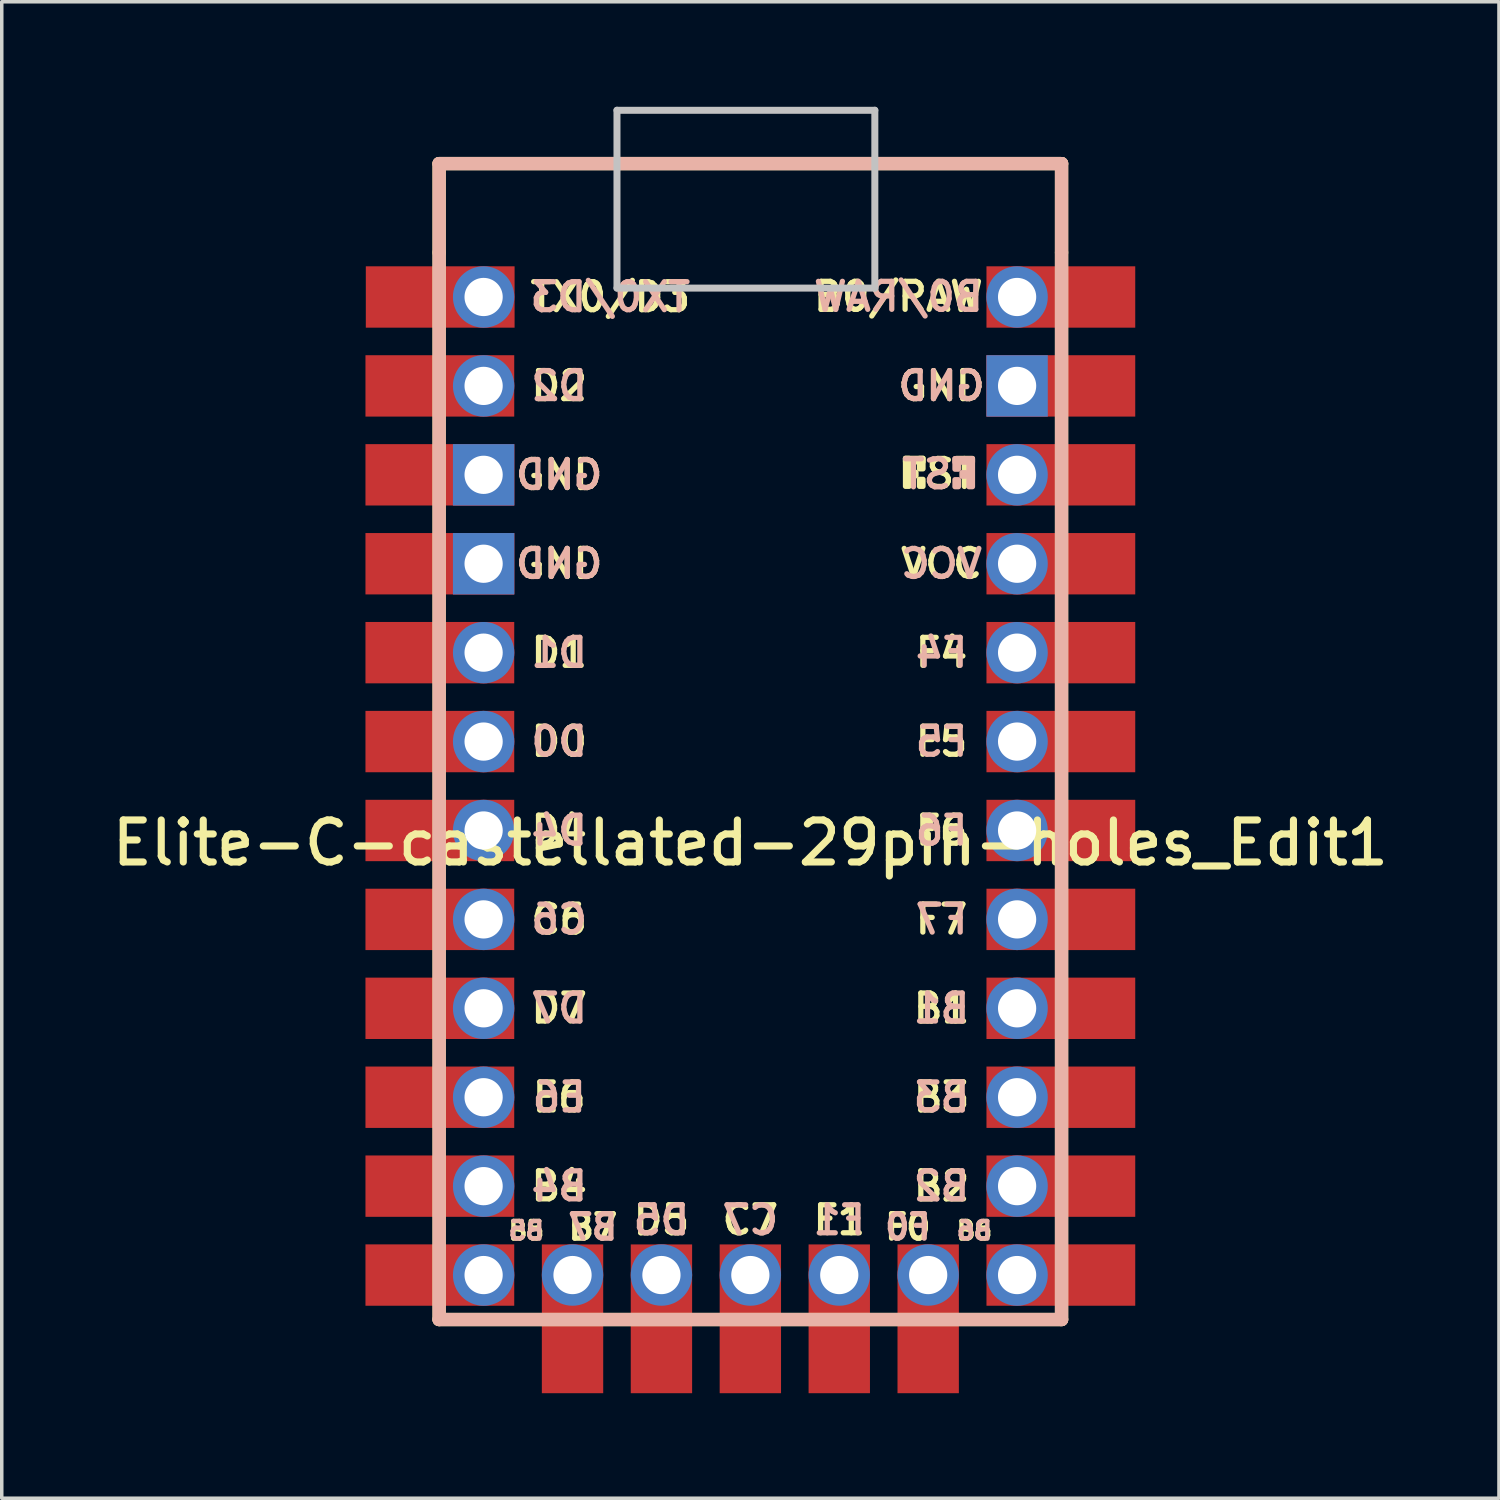
<source format=kicad_pcb>
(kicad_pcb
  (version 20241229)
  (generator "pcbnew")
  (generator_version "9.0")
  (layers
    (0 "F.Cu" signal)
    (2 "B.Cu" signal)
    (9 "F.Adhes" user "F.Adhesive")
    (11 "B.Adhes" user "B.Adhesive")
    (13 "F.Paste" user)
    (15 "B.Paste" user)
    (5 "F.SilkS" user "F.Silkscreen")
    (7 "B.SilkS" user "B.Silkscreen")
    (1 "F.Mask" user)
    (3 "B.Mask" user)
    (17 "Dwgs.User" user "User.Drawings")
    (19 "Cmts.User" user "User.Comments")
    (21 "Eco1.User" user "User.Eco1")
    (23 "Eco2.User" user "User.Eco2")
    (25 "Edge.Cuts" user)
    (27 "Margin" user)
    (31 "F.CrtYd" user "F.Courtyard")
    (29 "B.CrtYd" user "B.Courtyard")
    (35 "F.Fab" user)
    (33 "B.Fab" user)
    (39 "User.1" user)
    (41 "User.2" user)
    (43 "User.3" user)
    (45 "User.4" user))
  (footprint "Elite-C-castellated-29pin-holes_Edit1"
    (layer "F.Cu")
    (at 18.385 19.404)
    (property "Reference" "Elite-C-castellated-29pin-holes_Edit1" (at 0 1.625 0) (layer "F.SilkS") (effects (font (size 1.2 1.2) (thickness 0.203))))
    (attr through_hole)
    (fp_line (start -8.89 -17.78) (end -8.89 -15.24) (stroke (width 0.381) (type solid)) (layer "F.SilkS"))
    (fp_line (start -8.89 -15.24) (end -8.89 15.24) (stroke (width 0.381) (type solid)) (layer "F.SilkS"))
    (fp_line (start -8.89 15.24) (end 8.89 15.24) (stroke (width 0.381) (type solid)) (layer "F.SilkS"))
    (fp_line (start 8.89 -17.78) (end -8.89 -17.78) (stroke (width 0.381) (type solid)) (layer "F.SilkS"))
    (fp_line (start 8.89 -15.24) (end 8.89 -17.78) (stroke (width 0.381) (type solid)) (layer "F.SilkS"))
    (fp_line (start 8.89 15.24) (end 8.89 -15.24) (stroke (width 0.381) (type solid)) (layer "F.SilkS"))
    (fp_poly (pts (xy 4.532 -9.361) (xy 4.532 -8.561) (xy 4.432 -8.561) (xy 4.432 -9.361)) (stroke (width 0.15) (type solid)) (fill yes) (layer "F.SilkS"))
    (fp_poly (pts (xy 4.732 -8.961) (xy 4.732 -8.861) (xy 4.632 -8.861) (xy 4.632 -8.961)) (stroke (width 0.15) (type solid)) (fill yes) (layer "F.SilkS"))
    (fp_poly (pts (xy 4.932 -9.361) (xy 4.932 -9.261) (xy 4.432 -9.261) (xy 4.432 -9.361)) (stroke (width 0.15) (type solid)) (fill yes) (layer "F.SilkS"))
    (fp_poly (pts (xy 4.932 -9.361) (xy 4.932 -9.061) (xy 4.832 -9.061) (xy 4.832 -9.361)) (stroke (width 0.15) (type solid)) (fill yes) (layer "F.SilkS"))
    (fp_poly (pts (xy 4.932 -8.761) (xy 4.932 -8.561) (xy 4.832 -8.561) (xy 4.832 -8.761)) (stroke (width 0.15) (type solid)) (fill yes) (layer "F.SilkS"))
    (fp_line (start -8.89 -17.78) (end -8.89 15.24) (stroke (width 0.381) (type solid)) (layer "B.SilkS"))
    (fp_line (start -8.89 15.24) (end 8.89 15.24) (stroke (width 0.381) (type solid)) (layer "B.SilkS"))
    (fp_line (start 8.89 -17.78) (end -8.89 -17.78) (stroke (width 0.381) (type solid)) (layer "B.SilkS"))
    (fp_line (start 8.89 15.24) (end 8.89 -17.78) (stroke (width 0.381) (type solid)) (layer "B.SilkS"))
    (fp_poly (pts (xy 5.845 -9.351) (xy 5.845 -9.251) (xy 6.345 -9.251) (xy 6.345 -9.351)) (stroke (width 0.15) (type solid)) (fill yes) (layer "B.SilkS"))
    (fp_poly (pts (xy 5.845 -9.351) (xy 5.845 -9.051) (xy 5.945 -9.051) (xy 5.945 -9.351)) (stroke (width 0.15) (type solid)) (fill yes) (layer "B.SilkS"))
    (fp_poly (pts (xy 5.845 -8.751) (xy 5.845 -8.551) (xy 5.945 -8.551) (xy 5.945 -8.751)) (stroke (width 0.15) (type solid)) (fill yes) (layer "B.SilkS"))
    (fp_poly (pts (xy 6.045 -8.951) (xy 6.045 -8.851) (xy 6.145 -8.851) (xy 6.145 -8.951)) (stroke (width 0.15) (type solid)) (fill yes) (layer "B.SilkS"))
    (fp_poly (pts (xy 6.245 -9.351) (xy 6.245 -8.551) (xy 6.345 -8.551) (xy 6.345 -9.351)) (stroke (width 0.15) (type solid)) (fill yes) (layer "B.SilkS"))
    (fp_line (start -3.81 -19.304) (end 3.556 -19.304) (stroke (width 0.2) (type solid)) (layer "Dwgs.User"))
    (fp_line (start -3.81 -14.224) (end -3.81 -19.304) (stroke (width 0.2) (type solid)) (layer "Dwgs.User"))
    (fp_line (start 3.556 -19.304) (end 3.556 -14.224) (stroke (width 0.2) (type solid)) (layer "Dwgs.User"))
    (fp_line (start 3.556 -14.224) (end -3.81 -14.224) (stroke (width 0.2) (type solid)) (layer "Dwgs.User"))
    (fp_text user "B2" (at 5.461 11.43 180) (layer "F.SilkS") (effects (font (size 0.8 0.8) (thickness 0.15))))
    (fp_text user "ST" (at 5.733 -8.92 180) (layer "F.SilkS") (effects (font (size 0.8 0.8) (thickness 0.15))))
    (fp_text user "D1" (at -5.461 -3.81 180) (layer "F.SilkS") (effects (font (size 0.8 0.8) (thickness 0.15))))
    (fp_text user "F6" (at 5.461 1.27 180) (layer "F.SilkS") (effects (font (size 0.8 0.8) (thickness 0.15))))
    (fp_text user "VCC" (at 5.461 -6.35 180) (layer "F.SilkS") (effects (font (size 0.8 0.8) (thickness 0.15))))
    (fp_text user "C7" (at 0 12.4 180) (layer "F.SilkS") (effects (font (size 0.8 0.8) (thickness 0.15))))
    (fp_text user "F1" (at 2.54 12.4 180) (layer "F.SilkS") (effects (font (size 0.8 0.8) (thickness 0.15))))
    (fp_text user "B4" (at -5.461 11.43 180) (layer "F.SilkS") (effects (font (size 0.8 0.8) (thickness 0.15))))
    (fp_text user "B1" (at 5.461 6.35 180) (layer "F.SilkS") (effects (font (size 0.8 0.8) (thickness 0.15))))
    (fp_text user "B7" (at -4.5 12.6 180) (layer "F.SilkS") (effects (font (size 0.7 0.7) (thickness 0.15))))
    (fp_text user "D4" (at -5.461 1.27 180) (layer "F.SilkS") (effects (font (size 0.8 0.8) (thickness 0.15))))
    (fp_text user "D2" (at -5.461 -11.43 180) (layer "F.SilkS") (effects (font (size 0.8 0.8) (thickness 0.15))))
    (fp_text user "C6" (at -5.461 3.81 180) (layer "F.SilkS") (effects (font (size 0.8 0.8) (thickness 0.15))))
    (fp_text user "F7" (at 5.461 3.81 180) (layer "F.SilkS") (effects (font (size 0.8 0.8) (thickness 0.15))))
    (fp_text user "GND" (at 5.461 -11.43 180) (layer "F.SilkS") (effects (font (size 0.8 0.8) (thickness 0.15))))
    (fp_text user "B0/RAW" (at 4.23 -13.98 180) (layer "F.SilkS") (effects (font (size 0.8 0.8) (thickness 0.15))))
    (fp_text user "F0" (at 4.5 12.6 180) (layer "F.SilkS") (effects (font (size 0.7 0.7) (thickness 0.15))))
    (fp_text user "D5" (at -2.54 12.4 180) (layer "F.SilkS") (effects (font (size 0.8 0.8) (thickness 0.15))))
    (fp_text user "B6" (at 6.4 12.7 0) (unlocked yes) (layer "F.SilkS") (effects (font (size 0.5 0.5) (thickness 0.125))))
    (fp_text user "B3" (at 5.461 8.89 180) (layer "F.SilkS") (effects (font (size 0.8 0.8) (thickness 0.15))))
    (fp_text user "F5" (at 5.461 -1.27 180) (layer "F.SilkS") (effects (font (size 0.8 0.8) (thickness 0.15))))
    (fp_text user "E6" (at -5.461 8.89 180) (layer "F.SilkS") (effects (font (size 0.8 0.8) (thickness 0.15))))
    (fp_text user "B5" (at -6.4 12.7 0) (layer "F.SilkS") (effects (font (size 0.5 0.5) (thickness 0.125))))
    (fp_text user "TX0/D3" (at -4 -13.97 180) (layer "F.SilkS") (effects (font (size 0.8 0.8) (thickness 0.15))))
    (fp_text user "GND" (at -5.461 -6.35 180) (layer "F.SilkS") (effects (font (size 0.8 0.8) (thickness 0.15))))
    (fp_text user "D0" (at -5.461 -1.27 180) (layer "F.SilkS") (effects (font (size 0.8 0.8) (thickness 0.15))))
    (fp_text user "D7" (at -5.461 6.35 180) (layer "F.SilkS") (effects (font (size 0.8 0.8) (thickness 0.15))))
    (fp_text user "F4" (at 5.461 -3.81 180) (layer "F.SilkS") (effects (font (size 0.8 0.8) (thickness 0.15))))
    (fp_text user "GND" (at -5.461 -8.89 180) (layer "F.SilkS") (effects (font (size 0.8 0.8) (thickness 0.15))))
    (fp_text user "B7" (at -4.5 12.6 180) (layer "B.SilkS") (effects (font (size 0.7 0.7) (thickness 0.15)) (justify mirror)))
    (fp_text user "F1" (at 2.54 12.4 180) (layer "B.SilkS") (effects (font (size 0.8 0.8) (thickness 0.15)) (justify mirror)))
    (fp_text user "GND" (at -5.461 -6.35 180) (layer "B.SilkS") (effects (font (size 0.8 0.8) (thickness 0.15)) (justify mirror)))
    (fp_text user "B0/RAW" (at 4.23 -13.98 180) (layer "B.SilkS") (effects (font (size 0.8 0.8) (thickness 0.15)) (justify mirror)))
    (fp_text user "F6" (at 5.461 1.27 180) (layer "B.SilkS") (effects (font (size 0.8 0.8) (thickness 0.15)) (justify mirror)))
    (fp_text user "B4" (at -5.461 11.43 180) (layer "B.SilkS") (effects (font (size 0.8 0.8) (thickness 0.15)) (justify mirror)))
    (fp_text user "B5" (at -6.4 12.7 0) (layer "B.SilkS") (effects (font (size 0.5 0.5) (thickness 0.125)) (justify mirror)))
    (fp_text user "VCC" (at 5.461 -6.35 180) (layer "B.SilkS") (effects (font (size 0.8 0.8) (thickness 0.15)) (justify mirror)))
    (fp_text user "D2" (at -5.461 -11.43 180) (layer "B.SilkS") (effects (font (size 0.8 0.8) (thickness 0.15)) (justify mirror)))
    (fp_text user "B3" (at 5.461 8.89 180) (layer "B.SilkS") (effects (font (size 0.8 0.8) (thickness 0.15)) (justify mirror)))
    (fp_text user "C6" (at -5.461 3.81 180) (layer "B.SilkS") (effects (font (size 0.8 0.8) (thickness 0.15)) (justify mirror)))
    (fp_text user "F0" (at 4.5 12.6 180) (layer "B.SilkS") (effects (font (size 0.7 0.7) (thickness 0.15)) (justify mirror)))
    (fp_text user "F5" (at 5.461 -1.27 180) (layer "B.SilkS") (effects (font (size 0.8 0.8) (thickness 0.15)) (justify mirror)))
    (fp_text user "C7" (at 0 12.4 180) (layer "B.SilkS") (effects (font (size 0.8 0.8) (thickness 0.15)) (justify mirror)))
    (fp_text user "D7" (at -5.461 6.35 180) (layer "B.SilkS") (effects (font (size 0.8 0.8) (thickness 0.15)) (justify mirror)))
    (fp_text user "ST" (at 5.04 -8.91 180) (layer "B.SilkS") (effects (font (size 0.8 0.8) (thickness 0.15)) (justify mirror)))
    (fp_text user "B2" (at 5.461 11.43 180) (layer "B.SilkS") (effects (font (size 0.8 0.8) (thickness 0.15)) (justify mirror)))
    (fp_text user "GND" (at -5.461 -8.89 180) (layer "B.SilkS") (effects (font (size 0.8 0.8) (thickness 0.15)) (justify mirror)))
    (fp_text user "D5" (at -2.54 12.4 180) (layer "B.SilkS") (effects (font (size 0.8 0.8) (thickness 0.15)) (justify mirror)))
    (fp_text user "D4" (at -5.461 1.27 180) (layer "B.SilkS") (effects (font (size 0.8 0.8) (thickness 0.15)) (justify mirror)))
    (fp_text user "B6" (at 6.4 12.7 0) (unlocked yes) (layer "B.SilkS") (effects (font (size 0.5 0.5) (thickness 0.125)) (justify mirror)))
    (fp_text user "F4" (at 5.461 -3.81 180) (layer "B.SilkS") (effects (font (size 0.8 0.8) (thickness 0.15)) (justify mirror)))
    (fp_text user "E6" (at -5.461 8.89 180) (layer "B.SilkS") (effects (font (size 0.8 0.8) (thickness 0.15)) (justify mirror)))
    (fp_text user "B1" (at 5.461 6.35 180) (layer "B.SilkS") (effects (font (size 0.8 0.8) (thickness 0.15)) (justify mirror)))
    (fp_text user "D1" (at -5.461 -3.81 180) (layer "B.SilkS") (effects (font (size 0.8 0.8) (thickness 0.15)) (justify mirror)))
    (fp_text user "GND" (at 5.461 -11.43 180) (layer "B.SilkS") (effects (font (size 0.8 0.8) (thickness 0.15)) (justify mirror)))
    (fp_text user "TX0/D3" (at -4 -13.97 180) (layer "B.SilkS") (effects (font (size 0.8 0.8) (thickness 0.15)) (justify mirror)))
    (fp_text user "F7" (at 5.461 3.81 180) (layer "B.SilkS") (effects (font (size 0.8 0.8) (thickness 0.15)) (justify mirror)))
    (fp_text user "D0" (at -5.461 -1.27 180) (layer "B.SilkS") (effects (font (size 0.8 0.8) (thickness 0.15)) (justify mirror)))
    (pad "1" connect rect (at -8.86 -13.97 270) (size 1.753 4.25) (layers "F.Cu" "F.Mask"))
    (pad "1" thru_hole circle (at -7.62 -13.97 270) (size 1.753 1.753) (drill 1.092) (layers "*.Cu" "*.Mask"))
    (pad "2" connect rect (at -8.87 -11.43 270) (size 1.753 4.25) (layers "F.Cu" "F.Mask"))
    (pad "2" thru_hole circle (at -7.62 -11.43 270) (size 1.753 1.753) (drill 1.092) (layers "*.Cu" "*.Mask"))
    (pad "3" connect rect (at -8.87 -8.89 270) (size 1.753 4.25) (layers "F.Cu" "F.Mask"))
    (pad "3" thru_hole rect (at -7.62 -8.89 270) (size 1.753 1.753) (drill 1.092) (layers "*.Cu" "*.Mask"))
    (pad "4" connect rect (at -8.87 -6.35 270) (size 1.753 4.25) (layers "F.Cu" "F.Mask"))
    (pad "4" thru_hole rect (at -7.62 -6.35 270) (size 1.753 1.753) (drill 1.092) (layers "*.Cu" "*.Mask"))
    (pad "5" connect rect (at -8.87 -3.81 270) (size 1.753 4.25) (layers "F.Cu" "F.Mask"))
    (pad "5" thru_hole circle (at -7.62 -3.81 270) (size 1.753 1.753) (drill 1.092) (layers "*.Cu" "*.Mask"))
    (pad "6" connect rect (at -8.87 -1.27 270) (size 1.753 4.25) (layers "F.Cu" "F.Mask"))
    (pad "6" thru_hole circle (at -7.62 -1.27 270) (size 1.753 1.753) (drill 1.092) (layers "*.Cu" "*.Mask"))
    (pad "7" connect rect (at -8.87 1.27 270) (size 1.753 4.25) (layers "F.Cu" "F.Mask"))
    (pad "7" thru_hole circle (at -7.62 1.27 270) (size 1.753 1.753) (drill 1.092) (layers "*.Cu" "*.Mask"))
    (pad "8" connect rect (at -8.87 3.81 270) (size 1.753 4.25) (layers "F.Cu" "F.Mask"))
    (pad "8" thru_hole circle (at -7.62 3.81 270) (size 1.753 1.753) (drill 1.092) (layers "*.Cu" "*.Mask"))
    (pad "9" connect rect (at -8.87 6.35 270) (size 1.753 4.25) (layers "F.Cu" "F.Mask"))
    (pad "9" thru_hole circle (at -7.62 6.35 270) (size 1.753 1.753) (drill 1.092) (layers "*.Cu" "*.Mask"))
    (pad "10" connect rect (at -8.87 8.89 270) (size 1.753 4.25) (layers "F.Cu" "F.Mask"))
    (pad "10" thru_hole circle (at -7.62 8.89 270) (size 1.753 1.753) (drill 1.092) (layers "*.Cu" "*.Mask"))
    (pad "11" connect rect (at -8.87 11.43 270) (size 1.753 4.25) (layers "F.Cu" "F.Mask"))
    (pad "11" thru_hole circle (at -7.62 11.43 270) (size 1.753 1.753) (drill 1.092) (layers "*.Cu" "*.Mask"))
    (pad "12" connect rect (at -8.87 13.97 270) (size 1.753 4.25) (layers "F.Cu" "F.Mask"))
    (pad "12" thru_hole circle (at -7.62 13.97 270) (size 1.753 1.753) (drill 1.092) (layers "*.Cu" "*.Mask"))
    (pad "13" thru_hole circle (at 7.62 13.97 270) (size 1.753 1.753) (drill 1.092) (layers "*.Cu" "*.Mask"))
    (pad "13" connect rect (at 8.87 13.97 270) (size 1.753 4.25) (layers "F.Cu" "F.Mask"))
    (pad "14" thru_hole circle (at 7.62 11.43 270) (size 1.753 1.753) (drill 1.092) (layers "*.Cu" "*.Mask"))
    (pad "14" connect rect (at 8.87 11.43 270) (size 1.753 4.25) (layers "F.Cu" "F.Mask"))
    (pad "15" thru_hole circle (at 7.62 8.89 270) (size 1.753 1.753) (drill 1.092) (layers "*.Cu" "*.Mask"))
    (pad "15" connect rect (at 8.87 8.89 270) (size 1.753 4.25) (layers "F.Cu" "F.Mask"))
    (pad "16" thru_hole circle (at 7.62 6.35 270) (size 1.753 1.753) (drill 1.092) (layers "*.Cu" "*.Mask"))
    (pad "16" connect rect (at 8.87 6.35 270) (size 1.753 4.25) (layers "F.Cu" "F.Mask"))
    (pad "17" thru_hole circle (at 7.62 3.81 270) (size 1.753 1.753) (drill 1.092) (layers "*.Cu" "*.Mask"))
    (pad "17" connect rect (at 8.87 3.81 270) (size 1.753 4.25) (layers "F.Cu" "F.Mask"))
    (pad "18" thru_hole circle (at 7.62 1.27 270) (size 1.753 1.753) (drill 1.092) (layers "*.Cu" "*.Mask"))
    (pad "18" connect rect (at 8.87 1.27 270) (size 1.753 4.25) (layers "F.Cu" "F.Mask"))
    (pad "19" thru_hole circle (at 7.62 -1.27 270) (size 1.753 1.753) (drill 1.092) (layers "*.Cu" "*.Mask"))
    (pad "19" connect rect (at 8.87 -1.27 270) (size 1.753 4.25) (layers "F.Cu" "F.Mask"))
    (pad "20" thru_hole circle (at 7.62 -3.81 270) (size 1.753 1.753) (drill 1.092) (layers "*.Cu" "*.Mask"))
    (pad "20" connect rect (at 8.87 -3.81 270) (size 1.753 4.25) (layers "F.Cu" "F.Mask"))
    (pad "21" thru_hole circle (at 7.62 -6.35 270) (size 1.753 1.753) (drill 1.092) (layers "*.Cu" "*.Mask"))
    (pad "21" connect rect (at 8.87 -6.35 270) (size 1.753 4.25) (layers "F.Cu" "F.Mask"))
    (pad "22" thru_hole circle (at 7.62 -8.89 270) (size 1.753 1.753) (drill 1.092) (layers "*.Cu" "*.Mask"))
    (pad "22" connect rect (at 8.87 -8.89 270) (size 1.753 4.25) (layers "F.Cu" "F.Mask"))
    (pad "23" thru_hole rect (at 7.62 -11.43 270) (size 1.753 1.753) (drill 1.092) (layers "*.Cu" "*.Mask"))
    (pad "23" connect rect (at 8.87 -11.43 270) (size 1.753 4.25) (layers "F.Cu" "F.Mask"))
    (pad "24" thru_hole circle (at 7.62 -13.97 270) (size 1.753 1.753) (drill 1.092) (layers "*.Cu" "*.Mask"))
    (pad "24" connect rect (at 8.87 -13.97 270) (size 1.753 4.25) (layers "F.Cu" "F.Mask"))
    (pad "25" thru_hole circle (at -5.08 13.97 270) (size 1.753 1.753) (drill 1.092) (layers "*.Cu" "*.Mask"))
    (pad "25" connect rect (at -5.08 15.22) (size 1.753 4.25) (layers "F.Cu" "F.Mask"))
    (pad "26" thru_hole circle (at -2.54 13.97 270) (size 1.753 1.753) (drill 1.092) (layers "*.Cu" "*.Mask"))
    (pad "26" connect rect (at -2.54 15.22) (size 1.753 4.25) (layers "F.Cu" "F.Mask"))
    (pad "27" thru_hole circle (at 0 13.97 270) (size 1.753 1.753) (drill 1.092) (layers "*.Cu" "*.Mask"))
    (pad "27" connect rect (at 0 15.22) (size 1.753 4.25) (layers "F.Cu" "F.Mask"))
    (pad "28" thru_hole circle (at 2.54 13.97 270) (size 1.753 1.753) (drill 1.092) (layers "*.Cu" "*.Mask"))
    (pad "28" connect rect (at 2.54 15.22) (size 1.753 4.25) (layers "F.Cu" "F.Mask"))
    (pad "29" thru_hole circle (at 5.08 13.97 270) (size 1.753 1.753) (drill 1.092) (layers "*.Cu" "*.Mask"))
    (pad "29" connect rect (at 5.08 15.22) (size 1.753 4.25) (layers "F.Cu" "F.Mask")))
  (gr_rect
    (start -3 -3)
    (end 39.77 39.749)
    (stroke (width 0.1) (type default))
    (fill no)
    (layer "Edge.Cuts")))
</source>
